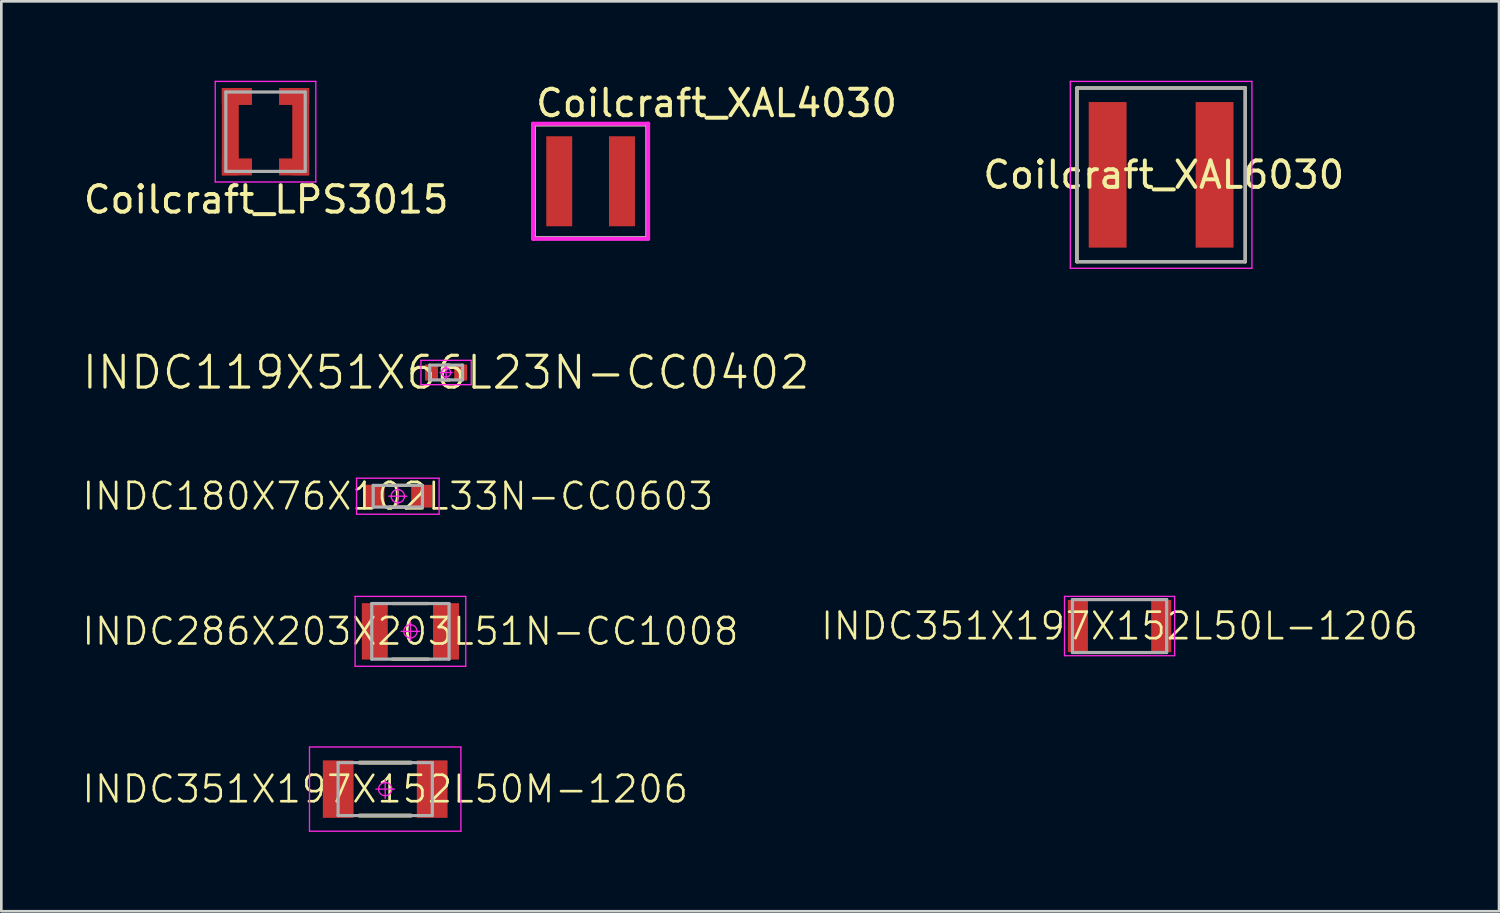
<source format=kicad_pcb>
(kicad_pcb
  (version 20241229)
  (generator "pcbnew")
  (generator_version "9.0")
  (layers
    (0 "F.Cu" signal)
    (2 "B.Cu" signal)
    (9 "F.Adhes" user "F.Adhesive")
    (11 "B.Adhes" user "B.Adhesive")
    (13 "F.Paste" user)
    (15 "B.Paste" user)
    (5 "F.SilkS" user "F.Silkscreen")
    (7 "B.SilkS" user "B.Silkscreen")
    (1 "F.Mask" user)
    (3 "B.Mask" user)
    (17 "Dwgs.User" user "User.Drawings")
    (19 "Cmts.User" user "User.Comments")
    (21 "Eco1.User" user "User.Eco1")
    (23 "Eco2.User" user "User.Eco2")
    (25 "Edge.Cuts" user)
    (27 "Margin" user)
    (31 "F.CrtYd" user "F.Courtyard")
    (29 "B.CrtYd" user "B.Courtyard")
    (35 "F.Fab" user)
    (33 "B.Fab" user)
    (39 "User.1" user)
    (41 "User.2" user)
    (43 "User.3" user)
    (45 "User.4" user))
  (footprint "INDC351X197X152L50L-1206"
    (layer "F.Cu")
    (at 39.245 20.601)
    (property "Reference" "INDC351X197X152L50L-1206" (at 0 0 0) (layer "F.SilkS") (effects (font (size 1 1) (thickness 0.1))))
    (attr smd)
    (fp_line (start -1.053 -1) (end 1.053 -1) (stroke (width 0.1) (type solid)) (layer "F.SilkS"))
    (fp_line (start -1.053 1) (end 1.053 1) (stroke (width 0.1) (type solid)) (layer "F.SilkS"))
    (fp_line (start -2.08 -1.12) (end 2.08 -1.12) (stroke (width 0.05) (type solid)) (layer "F.CrtYd"))
    (fp_line (start -2.08 1.12) (end -2.08 -1.12) (stroke (width 0.05) (type solid)) (layer "F.CrtYd"))
    (fp_line (start 2.08 -1.12) (end 2.08 1.12) (stroke (width 0.05) (type solid)) (layer "F.CrtYd"))
    (fp_line (start 2.08 1.12) (end -2.08 1.12) (stroke (width 0.05) (type solid)) (layer "F.CrtYd"))
    (fp_line (start -1.78 -1) (end 1.78 -1) (stroke (width 0.12) (type solid)) (layer "F.Fab"))
    (fp_line (start -1.78 1) (end -1.78 -1) (stroke (width 0.12) (type solid)) (layer "F.Fab"))
    (fp_line (start 1.78 -1) (end 1.78 1) (stroke (width 0.12) (type solid)) (layer "F.Fab"))
    (fp_line (start 1.78 1) (end -1.78 1) (stroke (width 0.12) (type solid)) (layer "F.Fab"))
    (pad "1" smd rect (at -1.575 0) (size 0.76 1.97) (layers "F.Cu" "F.Mask" "F.Paste"))
    (pad "2" smd rect (at 1.575 0) (size 0.76 1.97) (layers "F.Cu" "F.Mask" "F.Paste")))
  (footprint "Coilcraft_XAL6030"
    (layer "F.Cu")
    (at 40.815 3.555)
    (property "Reference" "Coilcraft_XAL6030" (at 0.1 0 0) (layer "F.SilkS") (effects (font (size 1 1) (thickness 0.15))))
    (attr through_hole)
    (fp_line (start -3.18 -3.28) (end -3.18 3.28) (stroke (width 0.127) (type solid)) (layer "F.SilkS"))
    (fp_line (start -3.18 3.28) (end 3.18 3.28) (stroke (width 0.127) (type solid)) (layer "F.SilkS"))
    (fp_line (start 3.18 -3.28) (end -3.18 -3.28) (stroke (width 0.127) (type solid)) (layer "F.SilkS"))
    (fp_line (start 3.18 3.28) (end 3.18 -3.28) (stroke (width 0.127) (type solid)) (layer "F.SilkS"))
    (fp_line (start -3.43 -3.53) (end 3.43 -3.53) (stroke (width 0.05) (type solid)) (layer "F.CrtYd"))
    (fp_line (start -3.43 3.53) (end -3.43 -3.53) (stroke (width 0.05) (type solid)) (layer "F.CrtYd"))
    (fp_line (start 3.43 -3.53) (end 3.43 3.53) (stroke (width 0.05) (type solid)) (layer "F.CrtYd"))
    (fp_line (start 3.43 3.53) (end -3.43 3.53) (stroke (width 0.05) (type solid)) (layer "F.CrtYd"))
    (fp_line (start -3.18 -3.28) (end -3.18 3.28) (stroke (width 0.127) (type solid)) (layer "F.Fab"))
    (fp_line (start -3.18 3.28) (end 3.18 3.28) (stroke (width 0.127) (type solid)) (layer "F.Fab"))
    (fp_line (start 3.18 -3.28) (end -3.18 -3.28) (stroke (width 0.127) (type solid)) (layer "F.Fab"))
    (fp_line (start 3.18 3.28) (end 3.18 -3.28) (stroke (width 0.127) (type solid)) (layer "F.Fab"))
    (pad "1" smd rect (at -2.02 0) (size 1.43 5.5) (layers "F.Cu" "F.Mask" "F.Paste"))
    (pad "2" smd rect (at 2.02 0) (size 1.43 5.5) (layers "F.Cu" "F.Mask" "F.Paste")))
  (footprint "INDC180X76X102L33N-CC0603"
    (layer "F.Cu")
    (at 11.979 15.696)
    (property "Reference" "INDC180X76X102L33N-CC0603" (at 0 0 0) (layer "F.SilkS") (effects (font (size 1 1) (thickness 0.1))))
    (attr smd)
    (fp_line (start -0.325 -0.41) (end 0.325 -0.41) (stroke (width 0.12) (type solid)) (layer "F.SilkS"))
    (fp_line (start -0.325 0.41) (end 0.325 0.41) (stroke (width 0.12) (type solid)) (layer "F.SilkS"))
    (fp_line (start -1.56 -0.68) (end 1.56 -0.68) (stroke (width 0.05) (type solid)) (layer "F.CrtYd"))
    (fp_line (start -1.56 0.68) (end -1.56 -0.68) (stroke (width 0.05) (type solid)) (layer "F.CrtYd"))
    (fp_line (start 0 -0.34) (end 0 0.34) (stroke (width 0.05) (type solid)) (layer "F.CrtYd"))
    (fp_line (start 0.34 0) (end -0.34 0) (stroke (width 0.05) (type solid)) (layer "F.CrtYd"))
    (fp_line (start 1.56 -0.68) (end 1.56 0.68) (stroke (width 0.05) (type solid)) (layer "F.CrtYd"))
    (fp_line (start 1.56 0.68) (end -1.56 0.68) (stroke (width 0.05) (type solid)) (layer "F.CrtYd"))
    (fp_circle (center 0 0) (end 0 0.25) (stroke (width 0.05) (type solid)) (fill no) (layer "F.CrtYd"))
    (fp_line (start -0.93 -0.41) (end 0.93 -0.41) (stroke (width 0.12) (type solid)) (layer "F.Fab"))
    (fp_line (start -0.93 0.41) (end -0.93 -0.41) (stroke (width 0.12) (type solid)) (layer "F.Fab"))
    (fp_line (start 0.93 -0.41) (end 0.93 0.41) (stroke (width 0.12) (type solid)) (layer "F.Fab"))
    (fp_line (start 0.93 0.41) (end -0.93 0.41) (stroke (width 0.12) (type solid)) (layer "F.Fab"))
    (pad "1" smd rect (at -0.905 0) (size 0.8 0.86) (layers "F.Cu" "F.Mask" "F.Paste"))
    (pad "2" smd rect (at 0.905 0) (size 0.8 0.86) (layers "F.Cu" "F.Mask" "F.Paste")))
  (footprint "INDC119X51X66L23N-CC0402"
    (layer "F.Cu")
    (at 13.803 11.023)
    (property "Reference" "INDC119X51X66L23N-CC0402" (at 0 0 0) (layer "F.SilkS") (effects (font (size 1.2 1.2) (thickness 0.12))))
    (attr smd)
    (fp_line (start -0.125 -0.28) (end 0.125 -0.28) (stroke (width 0.12) (type solid)) (layer "F.SilkS"))
    (fp_line (start -0.125 0.28) (end 0.125 0.28) (stroke (width 0.12) (type solid)) (layer "F.SilkS"))
    (fp_line (start -0.95 -0.46) (end 0.95 -0.46) (stroke (width 0.05) (type solid)) (layer "F.CrtYd"))
    (fp_line (start -0.95 0.46) (end -0.95 -0.46) (stroke (width 0.05) (type solid)) (layer "F.CrtYd"))
    (fp_line (start 0 -0.23) (end 0 0.23) (stroke (width 0.05) (type solid)) (layer "F.CrtYd"))
    (fp_line (start 0.23 0) (end -0.23 0) (stroke (width 0.05) (type solid)) (layer "F.CrtYd"))
    (fp_line (start 0.95 -0.46) (end 0.95 0.46) (stroke (width 0.05) (type solid)) (layer "F.CrtYd"))
    (fp_line (start 0.95 0.46) (end -0.95 0.46) (stroke (width 0.05) (type solid)) (layer "F.CrtYd"))
    (fp_circle (center 0 0) (end 0 0.172) (stroke (width 0.05) (type solid)) (fill no) (layer "F.CrtYd"))
    (fp_line (start -0.62 -0.28) (end 0.62 -0.28) (stroke (width 0.12) (type solid)) (layer "F.Fab"))
    (fp_line (start -0.62 0.28) (end -0.62 -0.28) (stroke (width 0.12) (type solid)) (layer "F.Fab"))
    (fp_line (start 0.62 -0.28) (end 0.62 0.28) (stroke (width 0.12) (type solid)) (layer "F.Fab"))
    (fp_line (start 0.62 0.28) (end -0.62 0.28) (stroke (width 0.12) (type solid)) (layer "F.Fab"))
    (pad "1" smd rect (at -0.55 0) (size 0.49 0.61) (layers "F.Cu" "F.Mask" "F.Paste"))
    (pad "2" smd rect (at 0.55 0) (size 0.49 0.61) (layers "F.Cu" "F.Mask" "F.Paste")))
  (footprint "Coilcraft_XAL4030"
    (layer "F.Cu")
    (at 19.262 3.798)
    (property "Reference" "Coilcraft_XAL4030" (at -2.15 -2.95 0) (layer "F.SilkS") (effects (font (size 1 1) (thickness 0.15)) (justify left)))
    (attr through_hole)
    (fp_line (start -2.15 -2.15) (end 2.15 -2.15) (stroke (width 0.15) (type solid)) (layer "F.SilkS"))
    (fp_line (start -2.15 2.15) (end -2.15 -2.15) (stroke (width 0.15) (type solid)) (layer "F.SilkS"))
    (fp_line (start -2.15 2.15) (end 2.15 2.15) (stroke (width 0.15) (type solid)) (layer "F.SilkS"))
    (fp_line (start 2.15 2.15) (end 2.15 -2.15) (stroke (width 0.15) (type solid)) (layer "F.SilkS"))
    (fp_line (start -2.175 -2.175) (end -2.175 2.175) (stroke (width 0.15) (type solid)) (layer "F.CrtYd"))
    (fp_line (start -2.175 2.175) (end 2.175 2.175) (stroke (width 0.15) (type solid)) (layer "F.CrtYd"))
    (fp_line (start 2.175 -2.175) (end -2.175 -2.175) (stroke (width 0.15) (type solid)) (layer "F.CrtYd"))
    (fp_line (start 2.175 -2.175) (end 2.175 -2.175) (stroke (width 0.15) (type solid)) (layer "F.CrtYd"))
    (fp_line (start 2.175 2.175) (end 2.175 -2.175) (stroke (width 0.15) (type solid)) (layer "F.CrtYd"))
    (fp_line (start -2.15 -2.15) (end 2.15 -2.15) (stroke (width 0.15) (type solid)) (layer "F.Fab"))
    (fp_line (start -2.15 2.15) (end -2.15 -2.15) (stroke (width 0.15) (type solid)) (layer "F.Fab"))
    (fp_line (start 2.15 -2.15) (end 2.15 2.15) (stroke (width 0.15) (type solid)) (layer "F.Fab"))
    (fp_line (start 2.15 2.15) (end -2.15 2.15) (stroke (width 0.15) (type solid)) (layer "F.Fab"))
    (pad "1" smd rect (at -1.185 0) (size 0.98 3.4) (layers "F.Cu" "F.Mask" "F.Paste"))
    (pad "2" smd rect (at 1.185 0) (size 0.98 3.4) (layers "F.Cu" "F.Mask" "F.Paste")))
  (footprint "INDC351X197X152L50M-1206"
    (layer "F.Cu")
    (at 11.502 26.761)
    (property "Reference" "INDC351X197X152L50M-1206" (at 0 0 0) (layer "F.SilkS") (effects (font (size 1 1) (thickness 0.1))))
    (attr smd)
    (fp_line (start -0.97 -1) (end 0.97 -1) (stroke (width 0.15) (type solid)) (layer "F.SilkS"))
    (fp_line (start -0.97 1) (end 0.97 1) (stroke (width 0.15) (type solid)) (layer "F.SilkS"))
    (fp_line (start -2.86 -1.59) (end 2.86 -1.59) (stroke (width 0.05) (type solid)) (layer "F.CrtYd"))
    (fp_line (start -2.86 1.59) (end -2.86 -1.59) (stroke (width 0.05) (type solid)) (layer "F.CrtYd"))
    (fp_line (start 0 -0.35) (end 0 0.35) (stroke (width 0.05) (type solid)) (layer "F.CrtYd"))
    (fp_line (start 0.35 0) (end -0.35 0) (stroke (width 0.05) (type solid)) (layer "F.CrtYd"))
    (fp_line (start 2.86 -1.59) (end 2.86 1.59) (stroke (width 0.05) (type solid)) (layer "F.CrtYd"))
    (fp_line (start 2.86 1.59) (end -2.86 1.59) (stroke (width 0.05) (type solid)) (layer "F.CrtYd"))
    (fp_circle (center 0 0) (end 0 0.25) (stroke (width 0.05) (type solid)) (fill no) (layer "F.CrtYd"))
    (fp_line (start -1.78 -1) (end 1.78 -1) (stroke (width 0.12) (type solid)) (layer "F.Fab"))
    (fp_line (start -1.78 1) (end -1.78 -1) (stroke (width 0.12) (type solid)) (layer "F.Fab"))
    (fp_line (start 1.78 -1) (end 1.78 1) (stroke (width 0.12) (type solid)) (layer "F.Fab"))
    (fp_line (start 1.78 1) (end -1.78 1) (stroke (width 0.12) (type solid)) (layer "F.Fab"))
    (pad "1" smd rect (at -1.775 0) (size 1.16 2.17) (layers "F.Cu" "F.Mask" "F.Paste"))
    (pad "2" smd rect (at 1.775 0) (size 1.16 2.17) (layers "F.Cu" "F.Mask" "F.Paste")))
  (footprint "Coilcraft_LPS3015"
    (layer "F.Cu")
    (at 6.981 1.925)
    (property "Reference" "Coilcraft_LPS3015" (at 0.025 2.565 0) (layer "F.SilkS") (effects (font (size 1 1) (thickness 0.15))))
    (attr through_hole)
    (fp_line (start -1.9 -1.9) (end -1.9 1.9) (stroke (width 0.05) (type solid)) (layer "F.CrtYd"))
    (fp_line (start -1.9 1.9) (end 1.9 1.9) (stroke (width 0.05) (type solid)) (layer "F.CrtYd"))
    (fp_line (start 1.9 -1.9) (end -1.9 -1.9) (stroke (width 0.05) (type solid)) (layer "F.CrtYd"))
    (fp_line (start 1.9 1.9) (end 1.9 -1.9) (stroke (width 0.05) (type solid)) (layer "F.CrtYd"))
    (fp_line (start -1.5 -1.5) (end 1.5 -1.5) (stroke (width 0.12) (type solid)) (layer "F.Fab"))
    (fp_line (start -1.5 1.5) (end -1.5 -1.5) (stroke (width 0.12) (type solid)) (layer "F.Fab"))
    (fp_line (start 1.5 -1.5) (end 1.5 1.5) (stroke (width 0.12) (type solid)) (layer "F.Fab"))
    (fp_line (start 1.5 1.5) (end -1.5 1.5) (stroke (width 0.12) (type solid)) (layer "F.Fab"))
    (pad "1" smd rect (at -1.33 0) (size 0.64 3.3) (layers "F.Cu" "F.Mask" "F.Paste"))
    (pad "1" smd rect (at -1.08 -1.33) (size 1.14 0.64) (layers "F.Cu" "F.Mask" "F.Paste"))
    (pad "1" smd rect (at -1.08 1.33) (size 1.14 0.64) (layers "F.Cu" "F.Mask" "F.Paste"))
    (pad "2" smd rect (at 1.08 -1.33) (size 1.14 0.64) (layers "F.Cu" "F.Mask" "F.Paste"))
    (pad "2" smd rect (at 1.08 1.33) (size 1.14 0.64) (layers "F.Cu" "F.Mask" "F.Paste"))
    (pad "2" smd rect (at 1.33 0) (size 0.64 3.3) (layers "F.Cu" "F.Mask" "F.Paste")))
  (footprint "INDC286X203X203L51N-CC1008"
    (layer "F.Cu")
    (at 12.455 20.801)
    (property "Reference" "INDC286X203X203L51N-CC1008" (at 0 0 0) (layer "F.SilkS") (effects (font (size 1 1) (thickness 0.1))))
    (attr smd)
    (fp_line (start -0.681 -1.05) (end 0.681 -1.05) (stroke (width 0.12) (type solid)) (layer "F.SilkS"))
    (fp_line (start -0.681 1.05) (end 0.681 1.05) (stroke (width 0.12) (type solid)) (layer "F.SilkS"))
    (fp_line (start -2.09 -1.32) (end 2.09 -1.32) (stroke (width 0.05) (type solid)) (layer "F.CrtYd"))
    (fp_line (start -2.09 1.32) (end -2.09 -1.32) (stroke (width 0.05) (type solid)) (layer "F.CrtYd"))
    (fp_line (start 0 -0.35) (end 0 0.35) (stroke (width 0.05) (type solid)) (layer "F.CrtYd"))
    (fp_line (start 0.35 0) (end -0.35 0) (stroke (width 0.05) (type solid)) (layer "F.CrtYd"))
    (fp_line (start 2.09 -1.32) (end 2.09 1.32) (stroke (width 0.05) (type solid)) (layer "F.CrtYd"))
    (fp_line (start 2.09 1.32) (end -2.09 1.32) (stroke (width 0.05) (type solid)) (layer "F.CrtYd"))
    (fp_circle (center 0 0) (end 0 0.25) (stroke (width 0.05) (type solid)) (fill no) (layer "F.CrtYd"))
    (fp_line (start -1.46 -1.05) (end 1.46 -1.05) (stroke (width 0.12) (type solid)) (layer "F.Fab"))
    (fp_line (start -1.46 1.05) (end -1.46 -1.05) (stroke (width 0.12) (type solid)) (layer "F.Fab"))
    (fp_line (start 1.46 -1.05) (end 1.46 1.05) (stroke (width 0.12) (type solid)) (layer "F.Fab"))
    (fp_line (start 1.46 1.05) (end -1.46 1.05) (stroke (width 0.12) (type solid)) (layer "F.Fab"))
    (pad "1" smd rect (at -1.345 0) (size 0.98 2.13) (layers "F.Cu" "F.Mask" "F.Paste"))
    (pad "2" smd rect (at 1.345 0) (size 0.98 2.13) (layers "F.Cu" "F.Mask" "F.Paste")))
  (gr_rect
    (start -3 -3)
    (end 53.581 31.376)
    (stroke (width 0.1) (type default))
    (fill no)
    (layer "Edge.Cuts")))
</source>
